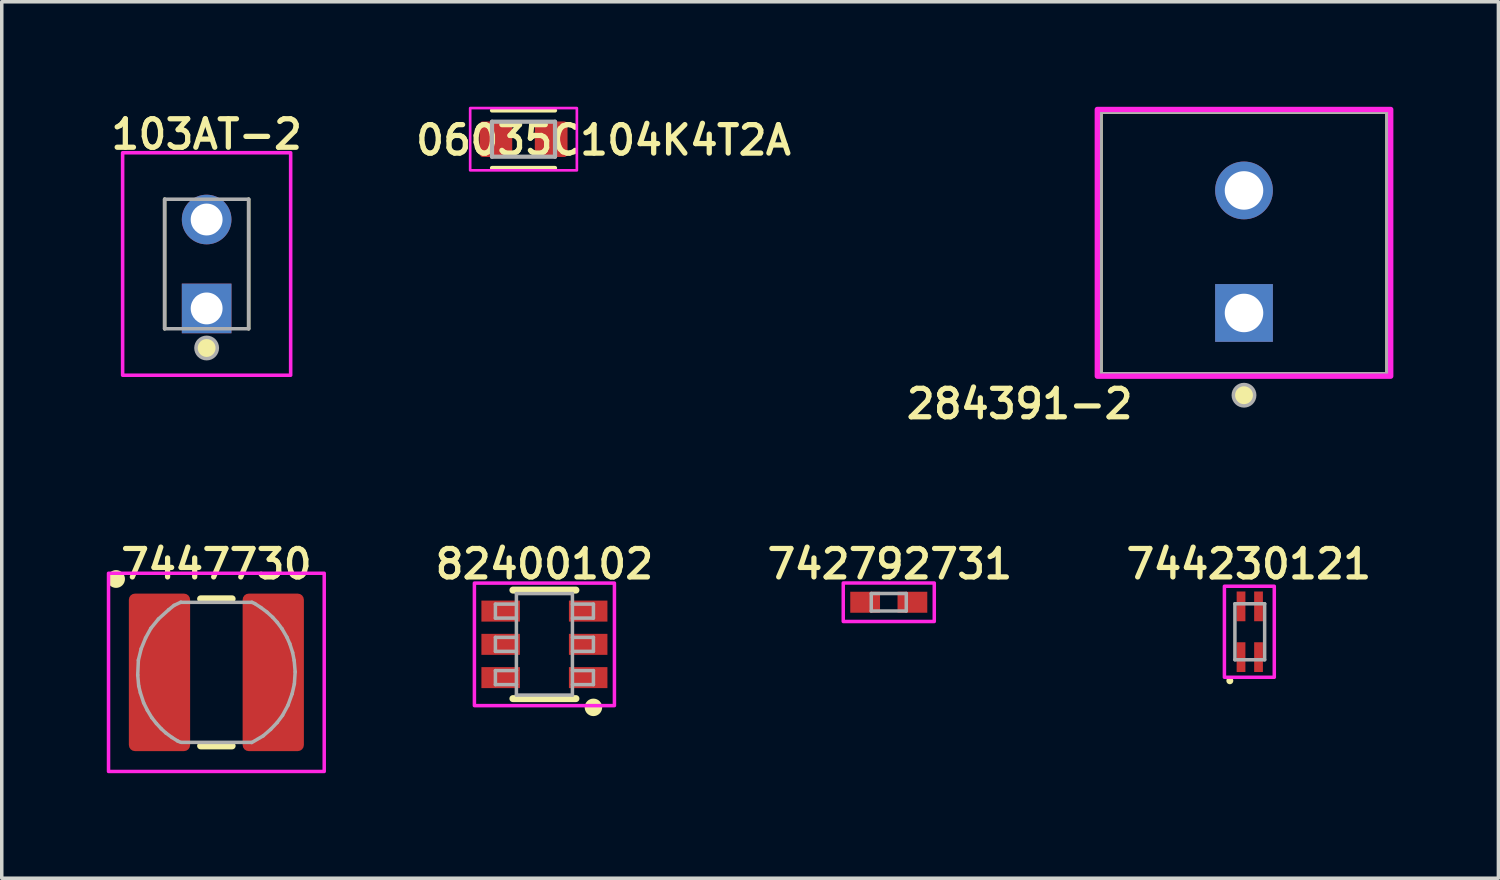
<source format=kicad_pcb>
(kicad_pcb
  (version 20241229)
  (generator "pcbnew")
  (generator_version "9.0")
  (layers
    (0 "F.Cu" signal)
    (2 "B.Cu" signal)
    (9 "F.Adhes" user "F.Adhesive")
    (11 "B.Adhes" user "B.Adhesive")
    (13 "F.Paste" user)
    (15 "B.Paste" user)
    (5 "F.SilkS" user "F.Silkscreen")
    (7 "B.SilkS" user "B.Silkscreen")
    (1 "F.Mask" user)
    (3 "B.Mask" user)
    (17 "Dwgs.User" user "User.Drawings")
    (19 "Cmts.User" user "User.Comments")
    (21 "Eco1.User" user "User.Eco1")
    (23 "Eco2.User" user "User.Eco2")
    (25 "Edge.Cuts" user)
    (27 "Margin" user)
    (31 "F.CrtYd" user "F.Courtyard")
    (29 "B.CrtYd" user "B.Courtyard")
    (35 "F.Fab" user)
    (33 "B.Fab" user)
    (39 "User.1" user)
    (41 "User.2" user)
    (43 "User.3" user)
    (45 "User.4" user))
  (footprint "103AT-2"
    (layer "F.Cu")
    (at 2.853 5.761)
    (property "Reference" "103AT-2" (at 0 -4.498 0) (layer "F.SilkS") (effects (font (size 0.813 0.813) (thickness 0.15)) (justify bottom)))
    (fp_line (start -1.2 -3.12) (end -1.2 0.58) (stroke (width 0.1) (type solid)) (layer "F.SilkS"))
    (fp_line (start 1.2 -3.12) (end 1.2 0.58) (stroke (width 0.1) (type solid)) (layer "F.SilkS"))
    (fp_circle (center 0 1.13) (end 0.305 1.13) (stroke (width 0) (type solid)) (fill yes) (layer "F.SilkS"))
    (fp_poly (pts (xy -2.4 1.908) (xy 2.4 1.908) (xy 2.4 -4.448) (xy -2.4 -4.448) (xy -2.4 1.908)) (stroke (width 0.102) (type solid)) (fill no) (layer "F.CrtYd"))
    (fp_line (start -1.2 -3.12) (end 1.2 -3.12) (stroke (width 0.1) (type solid)) (layer "F.Fab"))
    (fp_line (start -1.2 0.58) (end -1.2 -3.12) (stroke (width 0.1) (type solid)) (layer "F.Fab"))
    (fp_line (start 1.2 -3.12) (end 1.2 0.58) (stroke (width 0.1) (type solid)) (layer "F.Fab"))
    (fp_line (start 1.2 0.58) (end -1.2 0.58) (stroke (width 0.1) (type solid)) (layer "F.Fab"))
    (fp_circle (center 0 1.13) (end 0.305 1.13) (stroke (width 0.1) (type solid)) (fill no) (layer "F.Fab"))
    (pad "1" thru_hole rect (at 0 0) (size 1.418 1.418) (drill 0.91) (layers "*.Cu" "*.Mask"))
    (pad "2" thru_hole circle (at 0 -2.54) (size 1.418 1.418) (drill 0.91) (layers "*.Cu" "*.Mask")))
  (footprint "284391-2"
    (layer "F.Cu")
    (at 32.487 4.14 90)
    (property "Reference" "284391-2" (at -3.872 -3.098 180) (layer "F.SilkS") (effects (font (size 0.813 0.813) (thickness 0.15)) (justify right top)))
    (fp_line (start 4 -4.1) (end 4 4.1) (stroke (width 0.127) (type solid)) (layer "F.SilkS"))
    (fp_line (start -3.5 -4.1) (end 4 -4.1) (stroke (width 0.127) (type solid)) (layer "F.SilkS"))
    (fp_line (start 4 4.1) (end -3.5 4.1) (stroke (width 0.127) (type solid)) (layer "F.SilkS"))
    (fp_line (start -3.5 4.1) (end -3.5 -4.1) (stroke (width 0.127) (type solid)) (layer "F.SilkS"))
    (fp_circle (center -4.1 0) (end -3.795 0) (stroke (width 0) (type solid)) (fill yes) (layer "F.SilkS"))
    (fp_poly (pts (xy -3.556 4.191) (xy -3.556 -4.191) (xy 4.064 -4.191) (xy 4.064 4.191) (xy -3.556 4.191)) (stroke (width 0.152) (type solid)) (fill no) (layer "F.CrtYd"))
    (fp_line (start 4 -4.1) (end 4 4.1) (stroke (width 0.127) (type solid)) (layer "F.Fab"))
    (fp_line (start -3.5 -4.1) (end 4 -4.1) (stroke (width 0.127) (type solid)) (layer "F.Fab"))
    (fp_line (start 4 4.1) (end -3.5 4.1) (stroke (width 0.127) (type solid)) (layer "F.Fab"))
    (fp_line (start -3.5 4.1) (end -3.5 -4.1) (stroke (width 0.127) (type solid)) (layer "F.Fab"))
    (fp_circle (center -4.1 0) (end -3.795 0) (stroke (width 0.1) (type solid)) (fill no) (layer "F.Fab"))
    (pad "1" thru_hole rect (at -1.75 0 90) (size 1.65 1.65) (drill 1.1) (layers "*.Cu" "*.Mask"))
    (pad "2" thru_hole circle (at 1.75 0 90) (size 1.65 1.65) (drill 1.1) (layers "*.Cu" "*.Mask")))
  (footprint "7447730"
    (layer "F.Cu")
    (at 3.131 16.157)
    (property "Reference" "7447730" (at 0 -2.619 0) (layer "F.SilkS") (effects (font (size 0.813 0.813) (thickness 0.15)) (justify bottom)))
    (fp_line (start -0.45 -2.1) (end 0.45 -2.1) (stroke (width 0.2) (type solid)) (layer "F.SilkS"))
    (fp_line (start -0.45 2.1) (end 0.45 2.1) (stroke (width 0.2) (type solid)) (layer "F.SilkS"))
    (fp_circle (center -2.865 -2.667) (end -2.611 -2.667) (stroke (width 0) (type solid)) (fill yes) (layer "F.SilkS"))
    (fp_poly (pts (xy -3.081 -2.831) (xy 3.081 -2.831) (xy 3.081 2.831) (xy -3.081 2.831) (xy -3.081 -2.831)) (stroke (width 0.1) (type solid)) (fill no) (layer "F.CrtYd"))
    (fp_line (start -2.247 0.077) (end -2.228 -0.35) (stroke (width 0.1) (type solid)) (layer "F.Fab"))
    (fp_line (start -2.228 -0.35) (end -2.147 -0.676) (stroke (width 0.1) (type solid)) (layer "F.Fab"))
    (fp_line (start -2.219 0.387) (end -2.247 0.077) (stroke (width 0.1) (type solid)) (layer "F.Fab"))
    (fp_line (start -2.171 0.583) (end -2.219 0.387) (stroke (width 0.1) (type solid)) (layer "F.Fab"))
    (fp_line (start -2.147 -0.676) (end -2.023 -0.981) (stroke (width 0.1) (type solid)) (layer "F.Fab"))
    (fp_line (start -2.078 0.868) (end -2.171 0.583) (stroke (width 0.1) (type solid)) (layer "F.Fab"))
    (fp_line (start -2.023 -0.981) (end -1.869 -1.261) (stroke (width 0.1) (type solid)) (layer "F.Fab"))
    (fp_line (start -1.971 1.084) (end -2.078 0.868) (stroke (width 0.1) (type solid)) (layer "F.Fab"))
    (fp_line (start -1.869 -1.261) (end -1.655 -1.524) (stroke (width 0.1) (type solid)) (layer "F.Fab"))
    (fp_line (start -1.845 1.293) (end -1.971 1.084) (stroke (width 0.1) (type solid)) (layer "F.Fab"))
    (fp_line (start -1.712 1.462) (end -1.845 1.293) (stroke (width 0.1) (type solid)) (layer "F.Fab"))
    (fp_line (start -1.655 -1.524) (end -1.361 -1.79) (stroke (width 0.1) (type solid)) (layer "F.Fab"))
    (fp_line (start -1.573 1.612) (end -1.712 1.462) (stroke (width 0.1) (type solid)) (layer "F.Fab"))
    (fp_line (start -1.442 1.732) (end -1.573 1.612) (stroke (width 0.1) (type solid)) (layer "F.Fab"))
    (fp_line (start -1.361 -1.79) (end -1.209 -1.913) (stroke (width 0.1) (type solid)) (layer "F.Fab"))
    (fp_line (start -1.269 1.859) (end -1.442 1.732) (stroke (width 0.1) (type solid)) (layer "F.Fab"))
    (fp_line (start -1.209 -1.913) (end -1.014 -2.005) (stroke (width 0.1) (type solid)) (layer "F.Fab"))
    (fp_line (start -1.109 1.959) (end -1.269 1.859) (stroke (width 0.1) (type solid)) (layer "F.Fab"))
    (fp_line (start -1.031 1.994) (end -1.109 1.959) (stroke (width 0.1) (type solid)) (layer "F.Fab"))
    (fp_line (start -1.02 -2) (end 1.02 -2) (stroke (width 0.1) (type solid)) (layer "F.Fab"))
    (fp_line (start 1 2) (end -1 2) (stroke (width 0.1) (type solid)) (layer "F.Fab"))
    (fp_line (start 1.013 -2.002) (end 1.1 -1.964) (stroke (width 0.1) (type solid)) (layer "F.Fab"))
    (fp_line (start 1.1 -1.964) (end 1.274 -1.85) (stroke (width 0.1) (type solid)) (layer "F.Fab"))
    (fp_line (start 1.274 -1.85) (end 1.447 -1.72) (stroke (width 0.1) (type solid)) (layer "F.Fab"))
    (fp_line (start 1.338 1.813) (end 1.009 2.006) (stroke (width 0.1) (type solid)) (layer "F.Fab"))
    (fp_line (start 1.447 -1.72) (end 1.609 -1.572) (stroke (width 0.1) (type solid)) (layer "F.Fab"))
    (fp_line (start 1.55 1.629) (end 1.338 1.813) (stroke (width 0.1) (type solid)) (layer "F.Fab"))
    (fp_line (start 1.609 -1.572) (end 1.74 -1.427) (stroke (width 0.1) (type solid)) (layer "F.Fab"))
    (fp_line (start 1.737 1.433) (end 1.55 1.629) (stroke (width 0.1) (type solid)) (layer "F.Fab"))
    (fp_line (start 1.74 -1.427) (end 1.876 -1.245) (stroke (width 0.1) (type solid)) (layer "F.Fab"))
    (fp_line (start 1.876 -1.245) (end 2.015 -1.003) (stroke (width 0.1) (type solid)) (layer "F.Fab"))
    (fp_line (start 1.89 1.228) (end 1.737 1.433) (stroke (width 0.1) (type solid)) (layer "F.Fab"))
    (fp_line (start 2.015 -1.003) (end 2.097 -0.817) (stroke (width 0.1) (type solid)) (layer "F.Fab"))
    (fp_line (start 2.045 0.94) (end 1.89 1.228) (stroke (width 0.1) (type solid)) (layer "F.Fab"))
    (fp_line (start 2.097 -0.817) (end 2.178 -0.566) (stroke (width 0.1) (type solid)) (layer "F.Fab"))
    (fp_line (start 2.164 0.612) (end 2.045 0.94) (stroke (width 0.1) (type solid)) (layer "F.Fab"))
    (fp_line (start 2.178 -0.566) (end 2.223 -0.337) (stroke (width 0.1) (type solid)) (layer "F.Fab"))
    (fp_line (start 2.223 -0.337) (end 2.251 -0.014) (stroke (width 0.1) (type solid)) (layer "F.Fab"))
    (fp_line (start 2.228 0.33) (end 2.164 0.612) (stroke (width 0.1) (type solid)) (layer "F.Fab"))
    (fp_line (start 2.251 -0.014) (end 2.228 0.33) (stroke (width 0.1) (type solid)) (layer "F.Fab"))
    (pad "1" smd roundrect (at -1.625 0 90) (size 4.5 1.75) (layers "F.Cu" "F.Mask" "F.Paste") (roundrect_rratio 0.1))
    (pad "2" smd roundrect (at 1.625 0 90) (size 4.5 1.75) (layers "F.Cu" "F.Mask" "F.Paste") (roundrect_rratio 0.1))
    (zone (net_name "") (layer "F.Cu") (hatch none 0.5) (connect_pads) (min_thickness 0.25) (filled_areas_thickness no) (keepout (tracks not_allowed) (vias allowed) (pads not_allowed) (copperpour not_allowed) (footprints not_allowed)) (placement (enabled no)) (fill) (polygon (pts (xy 2.431 13.907) (xy 3.831 13.907) (xy 3.831 18.407) (xy 2.431 18.407))))
    (zone (net_name "") (layers "F.Cu" "B.Cu") (hatch none 0.5) (connect_pads) (min_thickness 0.25) (filled_areas_thickness no) (keepout (tracks allowed) (vias not_allowed) (pads allowed) (copperpour allowed) (footprints not_allowed)) (placement (enabled no)) (fill) (polygon (pts (xy 2.431 13.907) (xy 3.831 13.907) (xy 3.831 18.407) (xy 2.431 18.407)))))
  (footprint "742792731"
    (layer "F.Cu")
    (at 22.339 14.154 180)
    (property "Reference" "742792731" (at -0.03 0.616 0) (layer "F.SilkS") (effects (font (size 0.813 0.813) (thickness 0.15)) (justify bottom)))
    (fp_poly (pts (xy -1.3 -0.55) (xy 1.3 -0.55) (xy 1.3 0.55) (xy -1.3 0.55) (xy -1.3 -0.55)) (stroke (width 0.1) (type solid)) (fill no) (layer "F.CrtYd"))
    (fp_line (start 0.5 0.25) (end -0.5 0.25) (stroke (width 0.1) (type solid)) (layer "F.Fab"))
    (fp_line (start 0.5 -0.25) (end 0.5 0.25) (stroke (width 0.1) (type solid)) (layer "F.Fab"))
    (fp_line (start -0.5 0.25) (end -0.5 -0.25) (stroke (width 0.1) (type solid)) (layer "F.Fab"))
    (fp_line (start -0.5 -0.25) (end 0.5 -0.25) (stroke (width 0.1) (type solid)) (layer "F.Fab"))
    (pad "1" smd rect (at -0.675 0 180) (size 0.85 0.6) (layers "F.Cu" "F.Mask" "F.Paste"))
    (pad "2" smd rect (at 0.675 0 180) (size 0.85 0.6) (layers "F.Cu" "F.Mask" "F.Paste")))
  (footprint "744230121"
    (layer "F.Cu")
    (at 32.652 14.997 90)
    (property "Reference" "744230121" (at 1.459 -0.029 0) (layer "F.SilkS") (effects (font (size 0.813 0.813) (thickness 0.15)) (justify bottom)))
    (fp_circle (center -1.4 -0.57) (end -1.35 -0.57) (stroke (width 0.1) (type solid)) (fill yes) (layer "F.SilkS"))
    (fp_poly (pts (xy -1.3 -0.725) (xy 1.3 -0.725) (xy 1.3 0.7) (xy -1.3 0.7) (xy -1.3 -0.725)) (stroke (width 0.1) (type solid)) (fill no) (layer "F.CrtYd"))
    (fp_line (start 0.8 -0.425) (end -0.8 -0.425) (stroke (width 0.1) (type solid)) (layer "F.Fab"))
    (fp_line (start -0.8 -0.425) (end -0.8 0.425) (stroke (width 0.1) (type solid)) (layer "F.Fab"))
    (fp_line (start 0.8 0.425) (end 0.8 -0.425) (stroke (width 0.1) (type solid)) (layer "F.Fab"))
    (fp_line (start -0.8 0.425) (end 0.8 0.425) (stroke (width 0.1) (type solid)) (layer "F.Fab"))
    (pad "1" smd rect (at -0.725 -0.25) (size 0.25 0.85) (layers "F.Cu" "F.Mask" "F.Paste"))
    (pad "2" smd rect (at 0.725 -0.25) (size 0.25 0.85) (layers "F.Cu" "F.Mask" "F.Paste"))
    (pad "3" smd rect (at 0.725 0.25) (size 0.25 0.85) (layers "F.Cu" "F.Mask" "F.Paste"))
    (pad "4" smd rect (at -0.725 0.25) (size 0.25 0.85) (layers "F.Cu" "F.Mask" "F.Paste")))
  (footprint "06035C104K4T2A"
    (layer "F.Cu")
    (at 11.905 0.927 180)
    (property "Reference" "06035C104K4T2A" (at -2.286 0.448 180) (layer "F.SilkS") (effects (font (size 0.813 0.813) (thickness 0.15)) (justify top)))
    (fp_line (start 0.9 0.822) (end -0.9 0.822) (stroke (width 0.12) (type solid)) (layer "F.SilkS"))
    (fp_line (start 0.9 -0.822) (end -0.9 -0.822) (stroke (width 0.12) (type solid)) (layer "F.SilkS"))
    (fp_poly (pts (xy 1.524 0.889) (xy -1.524 0.889) (xy -1.524 -0.889) (xy 1.524 -0.889) (xy 1.524 0.889)) (stroke (width 0.076) (type solid)) (fill no) (layer "F.CrtYd"))
    (fp_line (start 0.9 0.5) (end -0.9 0.5) (stroke (width 0.12) (type solid)) (layer "F.Fab"))
    (fp_line (start 0.9 -0.5) (end 0.9 0.5) (stroke (width 0.12) (type solid)) (layer "F.Fab"))
    (fp_line (start -0.9 0.5) (end -0.9 -0.5) (stroke (width 0.12) (type solid)) (layer "F.Fab"))
    (fp_line (start -0.9 -0.5) (end 0.9 -0.5) (stroke (width 0.12) (type solid)) (layer "F.Fab"))
    (pad "1" smd roundrect (at -0.79 0 180) (size 0.935 1.015) (layers "F.Cu" "F.Mask" "F.Paste") (roundrect_rratio 0.1))
    (pad "2" smd roundrect (at 0.79 0 180) (size 0.935 1.015) (layers "F.Cu" "F.Mask" "F.Paste") (roundrect_rratio 0.1)))
  (footprint "82400102"
    (layer "F.Cu")
    (at 12.502 15.357 90)
    (property "Reference" "82400102" (at 1.819 0 0) (layer "F.SilkS") (effects (font (size 0.813 0.813) (thickness 0.15)) (justify bottom)))
    (fp_line (start 1.55 0.9) (end 1.55 -0.9) (stroke (width 0.2) (type solid)) (layer "F.SilkS"))
    (fp_line (start -1.55 0.9) (end -1.55 -0.9) (stroke (width 0.2) (type solid)) (layer "F.SilkS"))
    (fp_circle (center -1.8 1.4) (end -1.7 1.4) (stroke (width 0.3) (type solid)) (fill yes) (layer "F.SilkS"))
    (fp_poly (pts (xy -1.75 2) (xy -1.75 -2) (xy 1.75 -2) (xy 1.75 2) (xy -1.75 2)) (stroke (width 0.1) (type solid)) (fill no) (layer "F.CrtYd"))
    (fp_line (start 1.15 -1.4) (end 1.15 -0.8) (stroke (width 0.1) (type solid)) (layer "F.Fab"))
    (fp_line (start 0.75 -1.4) (end 1.15 -1.4) (stroke (width 0.1) (type solid)) (layer "F.Fab"))
    (fp_line (start 0.2 -1.4) (end 0.2 -0.8) (stroke (width 0.1) (type solid)) (layer "F.Fab"))
    (fp_line (start -0.2 -1.4) (end 0.2 -1.4) (stroke (width 0.1) (type solid)) (layer "F.Fab"))
    (fp_line (start -0.75 -1.4) (end -0.75 -0.8) (stroke (width 0.1) (type solid)) (layer "F.Fab"))
    (fp_line (start -1.15 -1.4) (end -0.75 -1.4) (stroke (width 0.1) (type solid)) (layer "F.Fab"))
    (fp_line (start 1.45 -0.8) (end -0.75 -0.8) (stroke (width 0.1) (type solid)) (layer "F.Fab"))
    (fp_line (start 0.75 -0.8) (end 0.75 -1.4) (stroke (width 0.1) (type solid)) (layer "F.Fab"))
    (fp_line (start -0.2 -0.8) (end -0.2 -1.4) (stroke (width 0.1) (type solid)) (layer "F.Fab"))
    (fp_line (start -0.75 -0.8) (end -1.15 -0.8) (stroke (width 0.1) (type solid)) (layer "F.Fab"))
    (fp_line (start -1.15 -0.8) (end -1.15 -1.4) (stroke (width 0.1) (type solid)) (layer "F.Fab"))
    (fp_line (start -1.15 -0.8) (end -1.45 -0.8) (stroke (width 0.1) (type solid)) (layer "F.Fab"))
    (fp_line (start -1.45 -0.8) (end -1.45 0.8) (stroke (width 0.1) (type solid)) (layer "F.Fab"))
    (fp_line (start 1.45 0.8) (end 1.45 -0.8) (stroke (width 0.1) (type solid)) (layer "F.Fab"))
    (fp_line (start 1.15 0.8) (end 1.15 1.4) (stroke (width 0.1) (type solid)) (layer "F.Fab"))
    (fp_line (start 0.2 0.8) (end 0.2 1.4) (stroke (width 0.1) (type solid)) (layer "F.Fab"))
    (fp_line (start -0.75 0.8) (end -0.75 1.4) (stroke (width 0.1) (type solid)) (layer "F.Fab"))
    (fp_line (start -1.45 0.8) (end 1.45 0.8) (stroke (width 0.1) (type solid)) (layer "F.Fab"))
    (fp_line (start 1.15 1.4) (end 0.75 1.4) (stroke (width 0.1) (type solid)) (layer "F.Fab"))
    (fp_line (start 0.75 1.4) (end 0.75 0.8) (stroke (width 0.1) (type solid)) (layer "F.Fab"))
    (fp_line (start 0.2 1.4) (end -0.2 1.4) (stroke (width 0.1) (type solid)) (layer "F.Fab"))
    (fp_line (start -0.2 1.4) (end -0.2 0.8) (stroke (width 0.1) (type solid)) (layer "F.Fab"))
    (fp_line (start -0.75 1.4) (end -1.15 1.4) (stroke (width 0.1) (type solid)) (layer "F.Fab"))
    (fp_line (start -1.15 1.4) (end -1.15 0.8) (stroke (width 0.1) (type solid)) (layer "F.Fab"))
    (pad "1" smd rect (at -0.95 1.25 90) (size 0.6 1.1) (layers "F.Cu" "F.Mask" "F.Paste"))
    (pad "2" smd rect (at 0 1.25 90) (size 0.6 1.1) (layers "F.Cu" "F.Mask" "F.Paste"))
    (pad "3" smd rect (at 0.95 1.25 90) (size 0.6 1.1) (layers "F.Cu" "F.Mask" "F.Paste"))
    (pad "4" smd rect (at 0.95 -1.25 90) (size 0.6 1.1) (layers "F.Cu" "F.Mask" "F.Paste"))
    (pad "5" smd rect (at 0 -1.25 90) (size 0.6 1.1) (layers "F.Cu" "F.Mask" "F.Paste"))
    (pad "6" smd rect (at -0.95 -1.25 90) (size 0.6 1.1) (layers "F.Cu" "F.Mask" "F.Paste")))
  (gr_rect
    (start -3 -3)
    (end 39.754 22.038)
    (stroke (width 0.1) (type default))
    (fill no)
    (layer "Edge.Cuts")))
</source>
